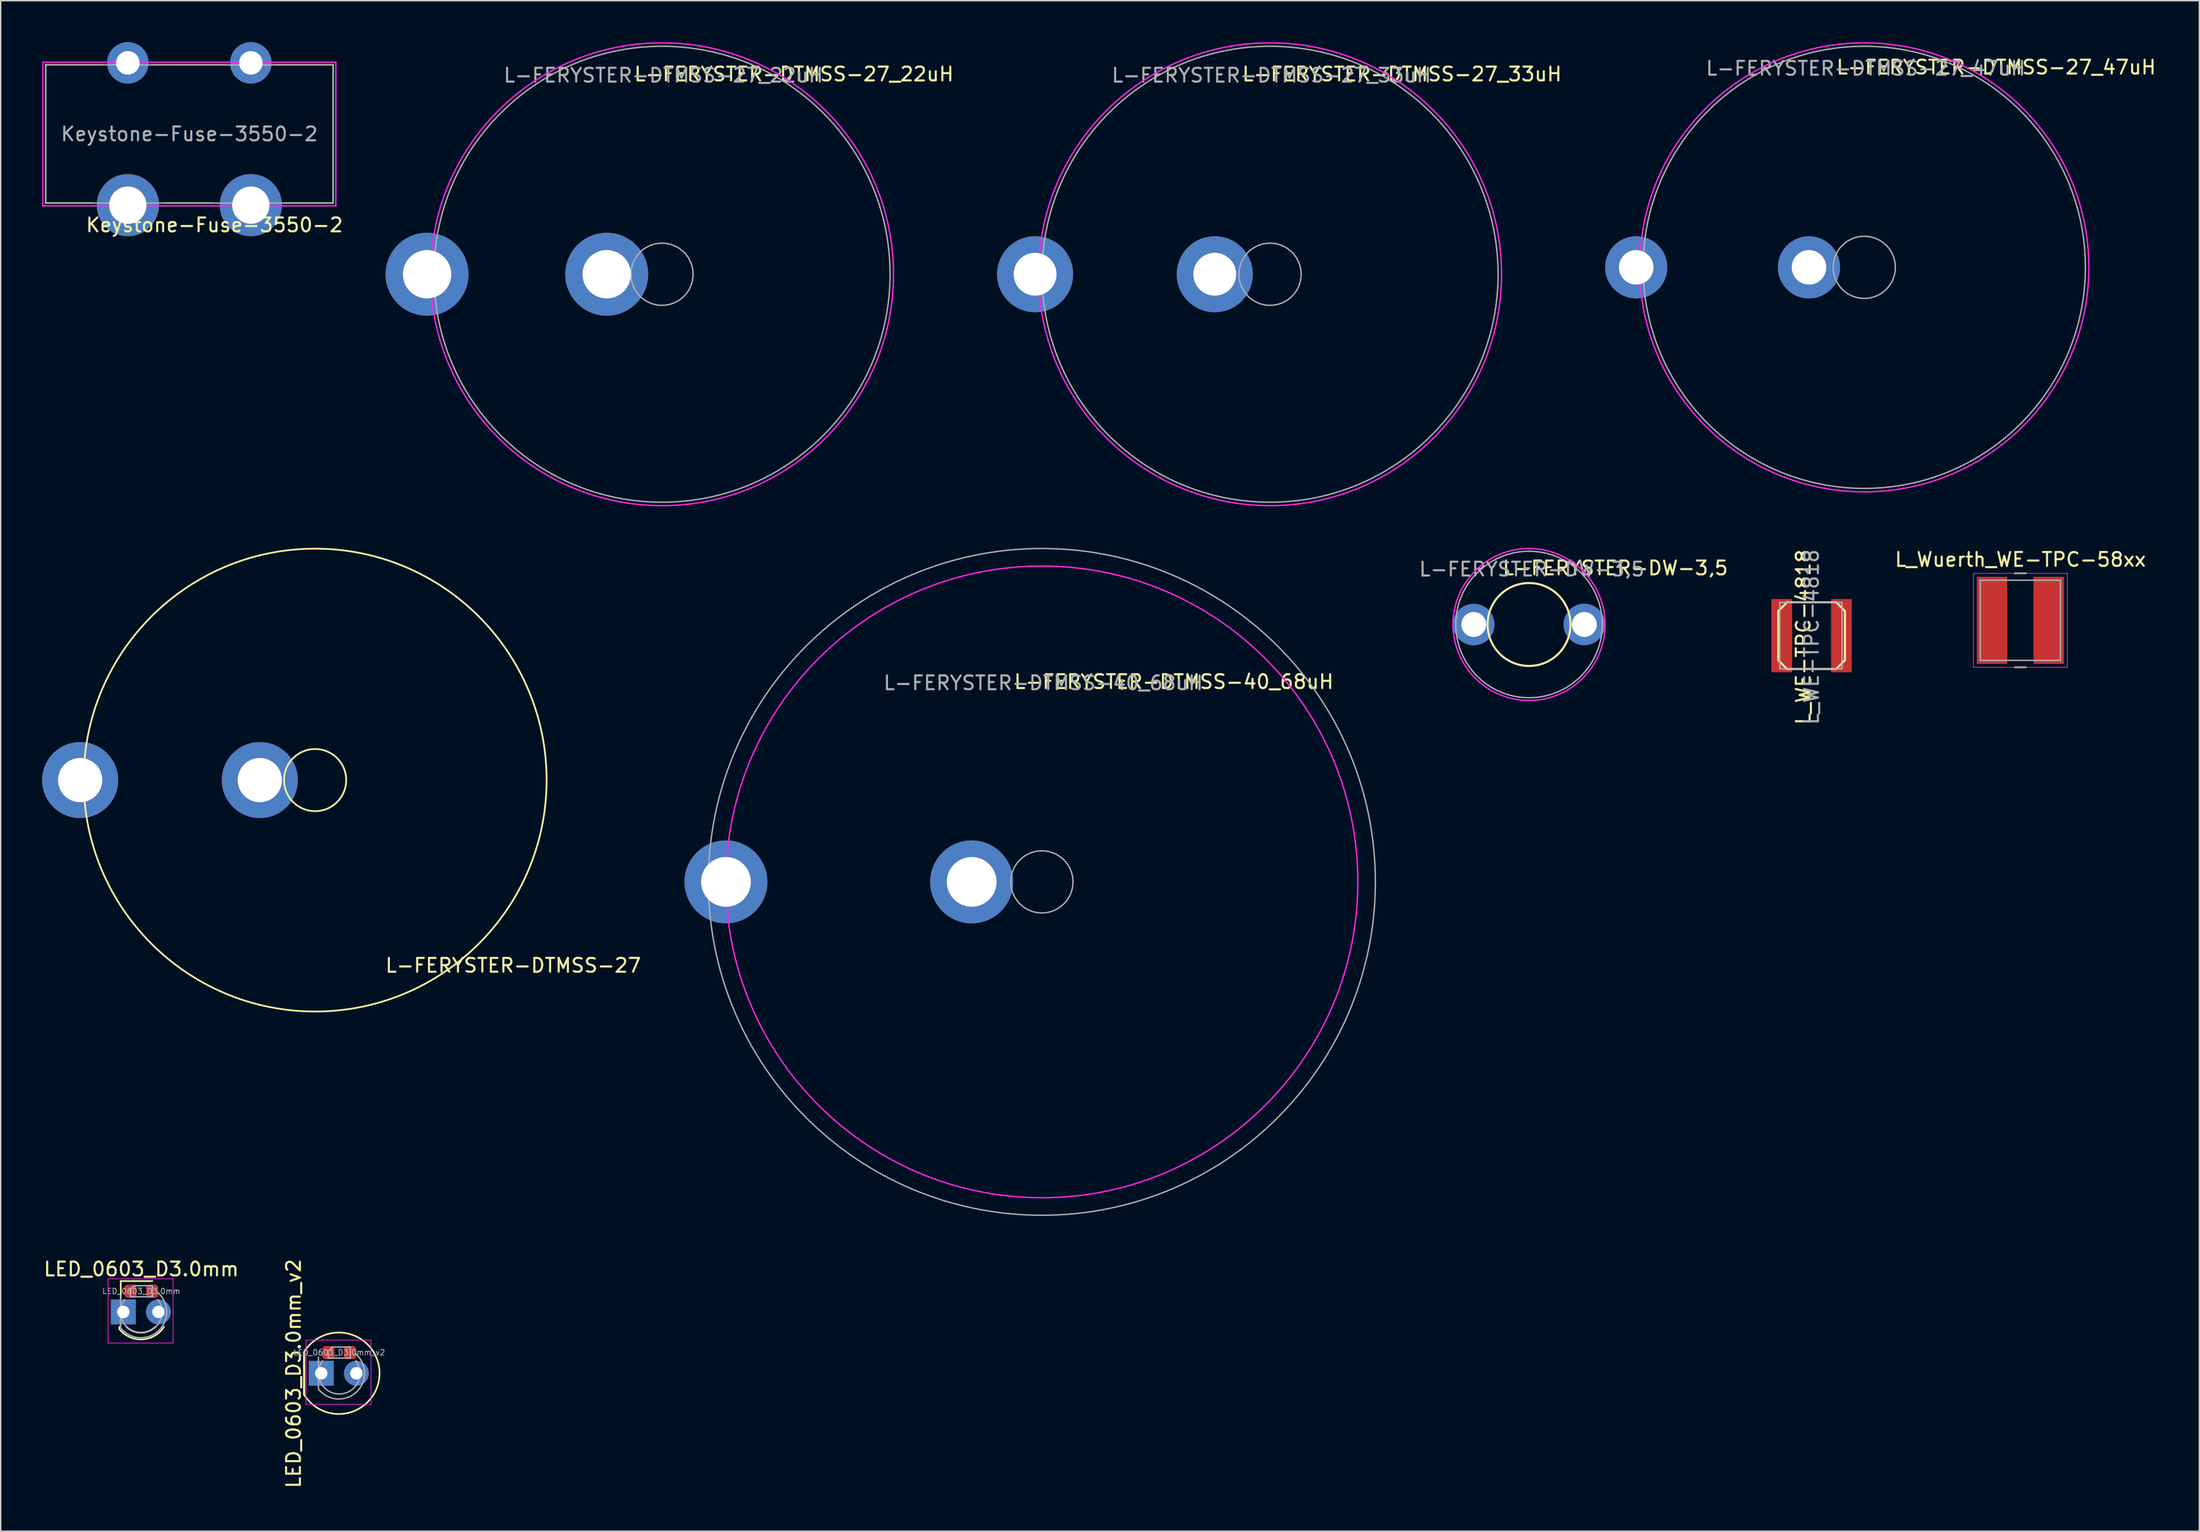
<source format=kicad_pcb>
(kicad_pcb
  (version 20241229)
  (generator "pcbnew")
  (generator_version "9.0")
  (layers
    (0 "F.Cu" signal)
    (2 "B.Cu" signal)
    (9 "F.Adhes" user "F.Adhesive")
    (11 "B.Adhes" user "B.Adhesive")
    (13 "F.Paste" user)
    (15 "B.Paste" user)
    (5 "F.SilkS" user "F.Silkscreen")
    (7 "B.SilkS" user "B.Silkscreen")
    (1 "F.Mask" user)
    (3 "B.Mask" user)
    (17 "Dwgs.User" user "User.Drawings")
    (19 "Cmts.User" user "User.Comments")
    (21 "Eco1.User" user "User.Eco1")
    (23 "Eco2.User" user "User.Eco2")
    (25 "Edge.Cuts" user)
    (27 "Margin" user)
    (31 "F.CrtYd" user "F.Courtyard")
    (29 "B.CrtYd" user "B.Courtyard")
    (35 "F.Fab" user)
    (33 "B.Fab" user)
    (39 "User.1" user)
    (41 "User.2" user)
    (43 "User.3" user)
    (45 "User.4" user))
  (footprint "L_WE-TPC-4818"
    (layer "F.Cu")
    (at 128.029 42.959)
    (property "Reference" "L_WE-TPC-4818" (at -0.599 0.099 90) (layer "F.SilkS") (effects (font (size 1 1) (thickness 0.15))))
    (attr smd)
    (fp_line (start -2.413 -1.778) (end -1.778 -2.413) (stroke (width 0.15) (type solid)) (layer "F.SilkS"))
    (fp_line (start -2.413 1.778) (end -2.413 -1.778) (stroke (width 0.15) (type solid)) (layer "F.SilkS"))
    (fp_line (start -1.778 -2.413) (end 0 -2.413) (stroke (width 0.15) (type solid)) (layer "F.SilkS"))
    (fp_line (start -1.778 2.413) (end -2.413 1.778) (stroke (width 0.15) (type solid)) (layer "F.SilkS"))
    (fp_line (start 0 -2.413) (end 1.778 -2.413) (stroke (width 0.15) (type solid)) (layer "F.SilkS"))
    (fp_line (start 1.778 -2.413) (end 2.413 -1.778) (stroke (width 0.15) (type solid)) (layer "F.SilkS"))
    (fp_line (start 1.778 2.413) (end -1.778 2.413) (stroke (width 0.15) (type solid)) (layer "F.SilkS"))
    (fp_line (start 2.413 -1.778) (end 2.413 1.778) (stroke (width 0.15) (type solid)) (layer "F.SilkS"))
    (fp_line (start 2.413 1.778) (end 1.778 2.413) (stroke (width 0.15) (type solid)) (layer "F.SilkS"))
    (fp_line (start -2.3 -2.4) (end 2.2 -2.4) (stroke (width 0.1) (type solid)) (layer "F.Fab"))
    (fp_line (start -2.3 2.4) (end -2.3 -2.4) (stroke (width 0.1) (type solid)) (layer "F.Fab"))
    (fp_line (start 2.2 -2.4) (end 2.2 2.4) (stroke (width 0.1) (type solid)) (layer "F.Fab"))
    (fp_line (start 2.2 2.4) (end -2.3 2.4) (stroke (width 0.1) (type solid)) (layer "F.Fab"))
    (fp_text user "${REFERENCE}" (at 0 0.1 90) (layer "F.Fab") (effects (font (size 1 1) (thickness 0.15))))
    (pad "1" smd rect (at -2.159 0) (size 1.501 5.301) (layers "F.Cu" "F.Mask" "F.Paste"))
    (pad "2" smd rect (at 2.159 0) (size 1.501 5.301) (layers "F.Cu" "F.Mask" "F.Paste")))
  (footprint "LED_0603_D3.0mm_v2"
    (layer "F.Cu")
    (at 21.495 94.847)
    (property "Reference" "LED_0603_D3.0mm_v2" (at -3.302 1.524 90) (layer "F.SilkS") (effects (font (size 1 1) (thickness 0.15))))
    (attr smd)
    (fp_line (start -2.54 0) (end -2.54 3.048) (stroke (width 0.15) (type solid)) (layer "F.SilkS"))
    (fp_arc (start -2.561384 -0.012779) (mid 2.918895 1.479398) (end -2.54 3.048) (stroke (width 0.12) (type solid)) (layer "F.SilkS"))
    (fp_line (start -2.4 -0.9) (end -2.4 3.75) (stroke (width 0.05) (type solid)) (layer "F.CrtYd"))
    (fp_line (start -2.4 3.75) (end 2.3 3.75) (stroke (width 0.05) (type solid)) (layer "F.CrtYd"))
    (fp_line (start 2.3 -0.9) (end -2.4 -0.9) (stroke (width 0.05) (type solid)) (layer "F.CrtYd"))
    (fp_line (start 2.3 3.75) (end 2.3 -0.9) (stroke (width 0.05) (type solid)) (layer "F.CrtYd"))
    (fp_line (start -1.5 0.334) (end -1.502 2.643) (stroke (width 0.1) (type solid)) (layer "F.Fab"))
    (fp_line (start -0.8 -0.1) (end -0.8 0.4) (stroke (width 0.1) (type solid)) (layer "F.Fab"))
    (fp_line (start -0.8 0.4) (end 0.8 0.4) (stroke (width 0.1) (type solid)) (layer "F.Fab"))
    (fp_line (start -0.5 -0.4) (end -0.8 -0.1) (stroke (width 0.1) (type solid)) (layer "F.Fab"))
    (fp_line (start 0.8 -0.4) (end -0.5 -0.4) (stroke (width 0.1) (type solid)) (layer "F.Fab"))
    (fp_line (start 0.8 0.4) (end 0.8 -0.4) (stroke (width 0.1) (type solid)) (layer "F.Fab"))
    (fp_arc (start 1.2 0.1) (mid 1.247299 2.856985) (end -1.501786 2.64313) (stroke (width 0.1) (type solid)) (layer "F.Fab"))
    (fp_arc (start 1.2 0.6) (mid 0 3) (end -1.2 0.6) (stroke (width 0.1) (type solid)) (layer "F.Fab"))
    (fp_text user "${REFERENCE}" (at 0 0 0) (layer "F.Fab") (effects (font (size 0.4 0.4) (thickness 0.06))))
    (pad "1" thru_hole rect (at -1.3 1.5) (size 1.8 1.8) (drill 0.9) (layers "*.Cu" "*.Mask"))
    (pad "1" smd roundrect (at -0.787 0) (size 0.875 0.95) (layers "F.Cu" "F.Mask" "F.Paste") (roundrect_rratio 0.25))
    (pad "2" smd roundrect (at 0.787 0) (size 0.875 0.95) (layers "F.Cu" "F.Mask" "F.Paste") (roundrect_rratio 0.25))
    (pad "2" thru_hole circle (at 1.24 1.5) (size 1.8 1.8) (drill 0.9) (layers "*.Cu" "*.Mask")))
  (footprint "LED_0603_D3.0mm"
    (layer "F.Cu")
    (at 7.173 90.408)
    (property "Reference" "LED_0603_D3.0mm" (at 0 -1.6 0) (layer "F.SilkS") (effects (font (size 1 1) (thickness 0.15))))
    (attr smd)
    (fp_line (start -1.59 2.58) (end -1.59 2.736) (stroke (width 0.12) (type solid)) (layer "F.SilkS"))
    (fp_line (start -1.485 -0.735) (end -1.485 0.5) (stroke (width 0.12) (type solid)) (layer "F.SilkS"))
    (fp_line (start 0.8 -0.735) (end -1.485 -0.735) (stroke (width 0.12) (type solid)) (layer "F.SilkS"))
    (fp_arc (start 1.01113 2.579837) (mid -0.029883 3) (end -1.070961 2.58) (stroke (width 0.12) (type solid)) (layer "F.SilkS"))
    (fp_arc (start 1.642335 2.578608) (mid 0.066487 3.487659) (end -1.59 2.735516) (stroke (width 0.12) (type solid)) (layer "F.SilkS"))
    (fp_line (start -2.4 -0.9) (end -2.4 3.75) (stroke (width 0.05) (type solid)) (layer "F.CrtYd"))
    (fp_line (start -2.4 3.75) (end 2.3 3.75) (stroke (width 0.05) (type solid)) (layer "F.CrtYd"))
    (fp_line (start 2.3 -0.9) (end -2.4 -0.9) (stroke (width 0.05) (type solid)) (layer "F.CrtYd"))
    (fp_line (start 2.3 3.75) (end 2.3 -0.9) (stroke (width 0.05) (type solid)) (layer "F.CrtYd"))
    (fp_line (start -1.5 0.334) (end -1.502 2.643) (stroke (width 0.1) (type solid)) (layer "F.Fab"))
    (fp_line (start -0.8 -0.1) (end -0.8 0.4) (stroke (width 0.1) (type solid)) (layer "F.Fab"))
    (fp_line (start -0.8 0.4) (end 0.8 0.4) (stroke (width 0.1) (type solid)) (layer "F.Fab"))
    (fp_line (start -0.5 -0.4) (end -0.8 -0.1) (stroke (width 0.1) (type solid)) (layer "F.Fab"))
    (fp_line (start 0.8 -0.4) (end -0.5 -0.4) (stroke (width 0.1) (type solid)) (layer "F.Fab"))
    (fp_line (start 0.8 0.4) (end 0.8 -0.4) (stroke (width 0.1) (type solid)) (layer "F.Fab"))
    (fp_arc (start 1.2 0.1) (mid 1.247299 2.856985) (end -1.501786 2.64313) (stroke (width 0.1) (type solid)) (layer "F.Fab"))
    (fp_arc (start 1.2 0.6) (mid 0 3) (end -1.2 0.6) (stroke (width 0.1) (type solid)) (layer "F.Fab"))
    (fp_text user "${REFERENCE}" (at 0 0 0) (layer "F.Fab") (effects (font (size 0.4 0.4) (thickness 0.06))))
    (pad "1" thru_hole rect (at -1.3 1.5) (size 1.8 1.8) (drill 0.9) (layers "*.Cu" "*.Mask"))
    (pad "1" smd roundrect (at -0.787 0) (size 0.875 0.95) (layers "F.Cu" "F.Mask" "F.Paste") (roundrect_rratio 0.25))
    (pad "2" smd roundrect (at 0.787 0) (size 0.875 0.95) (layers "F.Cu" "F.Mask" "F.Paste") (roundrect_rratio 0.25))
    (pad "2" thru_hole circle (at 1.24 1.5) (size 1.8 1.8) (drill 0.9) (layers "*.Cu" "*.Mask")))
  (footprint "L-FERYSTER-DTMSS-40_68uH"
    (layer "F.Cu")
    (at 72.336 60.78)
    (property "Reference" "L-FERYSTER-DTMSS-40_68uH" (at -2.1 -13.9 0) (layer "F.SilkS") (effects (font (size 1 1) (thickness 0.15)) (justify left bottom)))
    (attr through_hole)
    (fp_circle (center 0 0) (end 22.86 0) (stroke (width 0.1) (type solid)) (fill no) (layer "F.CrtYd"))
    (fp_circle (center 0 0) (end 2.25 0) (stroke (width 0.1) (type solid)) (fill no) (layer "F.Fab"))
    (fp_circle (center 0 0) (end 24.13 0) (stroke (width 0.1) (type solid)) (fill no) (layer "F.Fab"))
    (fp_text user "${REFERENCE}" (at 0.1 -14.4 0) (layer "F.Fab") (effects (font (size 1 1) (thickness 0.15))))
    (pad "1" thru_hole circle (at -22.86 0 90) (size 6 6) (drill 3.6) (layers "*.Cu" "*.Mask"))
    (pad "2" thru_hole circle (at -5.08 0 90) (size 6 6) (drill 3.6) (layers "*.Cu" "*.Mask")))
  (footprint "Keystone-Fuse-3550-2"
    (layer "F.Cu")
    (at 10.65 6.65)
    (property "Reference" "Keystone-Fuse-3550-2" (at 11.2 6 0) (layer "F.SilkS") (effects (font (size 1 1) (thickness 0.15)) (justify right top)))
    (attr through_hole)
    (fp_line (start -10.4 -5) (end -6.2 -5) (stroke (width 0.1) (type solid)) (layer "F.SilkS"))
    (fp_line (start -10.4 5) (end -10.4 -5) (stroke (width 0.1) (type solid)) (layer "F.SilkS"))
    (fp_line (start -7 5) (end -10.4 5) (stroke (width 0.1) (type solid)) (layer "F.SilkS"))
    (fp_line (start -2.6 -5) (end 2.6 -5) (stroke (width 0.1) (type solid)) (layer "F.SilkS"))
    (fp_line (start 1.8 5) (end -1.8 5) (stroke (width 0.1) (type solid)) (layer "F.SilkS"))
    (fp_line (start 6.2 -5) (end 10.4 -5) (stroke (width 0.1) (type solid)) (layer "F.SilkS"))
    (fp_line (start 7 5) (end 10.4 5) (stroke (width 0.1) (type solid)) (layer "F.SilkS"))
    (fp_line (start 10.4 -5) (end 10.4 5) (stroke (width 0.1) (type solid)) (layer "F.SilkS"))
    (fp_line (start -10.6 -5.2) (end 10.6 -5.2) (stroke (width 0.1) (type solid)) (layer "F.CrtYd"))
    (fp_line (start -10.6 5.2) (end -10.6 -5.2) (stroke (width 0.1) (type solid)) (layer "F.CrtYd"))
    (fp_line (start 10.6 -5.2) (end 10.6 5.2) (stroke (width 0.1) (type solid)) (layer "F.CrtYd"))
    (fp_line (start 10.6 5.2) (end -10.6 5.2) (stroke (width 0.1) (type solid)) (layer "F.CrtYd"))
    (fp_line (start -10.4 -5) (end 10.4 -5) (stroke (width 0.1) (type solid)) (layer "F.Fab"))
    (fp_line (start -10.4 5) (end -10.4 -5) (stroke (width 0.1) (type solid)) (layer "F.Fab"))
    (fp_line (start 10.4 -5) (end 10.4 5) (stroke (width 0.1) (type solid)) (layer "F.Fab"))
    (fp_line (start 10.4 5) (end -10.4 5) (stroke (width 0.1) (type solid)) (layer "F.Fab"))
    (fp_text user "${REFERENCE}" (at 0 0 0) (layer "F.Fab") (effects (font (size 1 1) (thickness 0.15))))
    (pad "1" thru_hole circle (at -4.45 -5.15 90) (size 3 3) (drill 1.7) (layers "*.Cu" "*.Mask"))
    (pad "1" thru_hole circle (at -4.45 5.15 90) (size 4.5 4.5) (drill 2.7) (layers "*.Cu" "*.Mask"))
    (pad "2" thru_hole circle (at 4.45 -5.15 90) (size 3 3) (drill 1.7) (layers "*.Cu" "*.Mask"))
    (pad "2" thru_hole circle (at 4.45 5.15 90) (size 4.5 4.5) (drill 2.7) (layers "*.Cu" "*.Mask")))
  (footprint "L-FERYSTER-DW-3,5"
    (layer "F.Cu")
    (at 107.584 42.15)
    (property "Reference" "L-FERYSTER-DW-3,5" (at -2 -3.5 0) (layer "F.SilkS") (effects (font (size 1 1) (thickness 0.15)) (justify left bottom)))
    (attr through_hole)
    (fp_circle (center 0 0) (end 0 3) (stroke (width 0.15) (type solid)) (fill no) (layer "F.SilkS"))
    (fp_circle (center 0 0) (end 0 5.5) (stroke (width 0.1) (type solid)) (fill no) (layer "F.CrtYd"))
    (fp_circle (center 0 0) (end 0 5.3) (stroke (width 0.1) (type solid)) (fill no) (layer "F.Fab"))
    (fp_text user "${REFERENCE}" (at 0.2 -4 0) (layer "F.Fab") (effects (font (size 1 1) (thickness 0.15))))
    (pad "1" thru_hole circle (at -4 0 90) (size 3 3) (drill 1.8) (layers "*.Cu" "*.Mask"))
    (pad "2" thru_hole circle (at 4 0 90) (size 3 3) (drill 1.8) (layers "*.Cu" "*.Mask")))
  (footprint "L-FERYSTER-DTMSS-27"
    (layer "F.Cu")
    (at 19.75 53.413)
    (property "Reference" "L-FERYSTER-DTMSS-27" (at 5 14 0) (layer "F.SilkS") (effects (font (size 1 1) (thickness 0.15)) (justify left bottom)))
    (attr through_hole)
    (fp_circle (center 0 0) (end 2.25 0) (stroke (width 0.127) (type solid)) (fill no) (layer "F.SilkS"))
    (fp_circle (center 0 0) (end 16.75 0) (stroke (width 0.127) (type solid)) (fill no) (layer "F.SilkS"))
    (pad "1" thru_hole circle (at -17 0 90) (size 5.5 5.5) (drill 3.2) (layers "*.Cu" "*.Mask"))
    (pad "2" thru_hole circle (at -4 0 90) (size 5.5 5.5) (drill 3.2) (layers "*.Cu" "*.Mask")))
  (footprint "L-FERYSTER-DTMSS-27_47uH"
    (layer "F.Cu")
    (at 131.84 16.3)
    (property "Reference" "L-FERYSTER-DTMSS-27_47uH" (at -2.1 -13.9 0) (layer "F.SilkS") (effects (font (size 1 1) (thickness 0.15)) (justify left bottom)))
    (attr through_hole)
    (fp_circle (center 0 0) (end 16.25 0) (stroke (width 0.1) (type solid)) (fill no) (layer "F.CrtYd"))
    (fp_circle (center 0 0) (end 2.25 0) (stroke (width 0.1) (type solid)) (fill no) (layer "F.Fab"))
    (fp_circle (center 0 0) (end 16 0) (stroke (width 0.1) (type solid)) (fill no) (layer "F.Fab"))
    (fp_text user "${REFERENCE}" (at 0.1 -14.4 0) (layer "F.Fab") (effects (font (size 1 1) (thickness 0.15))))
    (pad "1" thru_hole circle (at -16.5 0 90) (size 4.5 4.5) (drill 2.5) (layers "*.Cu" "*.Mask"))
    (pad "2" thru_hole circle (at -4 0 90) (size 4.5 4.5) (drill 2.5) (layers "*.Cu" "*.Mask")))
  (footprint "L_Wuerth_WE-TPC-58xx"
    (layer "F.Cu")
    (at 143.135 41.848)
    (property "Reference" "L_Wuerth_WE-TPC-58xx" (at 0 -4.4 0) (layer "F.SilkS") (effects (font (size 1 1) (thickness 0.15))))
    (attr smd)
    (fp_line (start -0.4 -3.4) (end 0.4 -3.4) (stroke (width 0.12) (type solid)) (layer "F.SilkS"))
    (fp_line (start -0.4 3.4) (end 0.4 3.4) (stroke (width 0.12) (type solid)) (layer "F.SilkS"))
    (fp_line (start -3.4 -3.4) (end 3.4 -3.4) (stroke (width 0.05) (type solid)) (layer "F.CrtYd"))
    (fp_line (start -3.4 3.4) (end -3.4 -3.4) (stroke (width 0.05) (type solid)) (layer "F.CrtYd"))
    (fp_line (start 3.4 -3.4) (end 3.4 3.4) (stroke (width 0.05) (type solid)) (layer "F.CrtYd"))
    (fp_line (start 3.4 3.4) (end -3.4 3.4) (stroke (width 0.05) (type solid)) (layer "F.CrtYd"))
    (fp_line (start -2.9 -2.9) (end -2.9 2.9) (stroke (width 0.1) (type solid)) (layer "F.Fab"))
    (fp_line (start -2.9 -2.9) (end 2.9 -2.9) (stroke (width 0.1) (type solid)) (layer "F.Fab"))
    (fp_line (start 2.9 -2.9) (end 2.9 2.9) (stroke (width 0.1) (type solid)) (layer "F.Fab"))
    (fp_line (start 2.9 2.9) (end -2.9 2.9) (stroke (width 0.1) (type solid)) (layer "F.Fab"))
    (pad "1" smd rect (at -2.05 0) (size 2.2 6.3) (layers "F.Cu" "F.Mask" "F.Paste"))
    (pad "2" smd rect (at 2.05 0) (size 2.2 6.3) (layers "F.Cu" "F.Mask" "F.Paste")))
  (footprint "L-FERYSTER-DTMSS-27_22uH"
    (layer "F.Cu")
    (at 44.85 16.8)
    (property "Reference" "L-FERYSTER-DTMSS-27_22uH" (at -2.1 -13.9 0) (layer "F.SilkS") (effects (font (size 1 1) (thickness 0.15)) (justify left bottom)))
    (attr through_hole)
    (fp_circle (center 0 0) (end 16.75 0) (stroke (width 0.1) (type solid)) (fill no) (layer "F.CrtYd"))
    (fp_circle (center 0 0) (end 2.25 0) (stroke (width 0.1) (type solid)) (fill no) (layer "F.Fab"))
    (fp_circle (center 0 0) (end 16.5 0) (stroke (width 0.1) (type solid)) (fill no) (layer "F.Fab"))
    (fp_text user "${REFERENCE}" (at 0.1 -14.4 0) (layer "F.Fab") (effects (font (size 1 1) (thickness 0.15))))
    (pad "1" thru_hole circle (at -17 0 90) (size 6 6) (drill 3.5) (layers "*.Cu" "*.Mask"))
    (pad "2" thru_hole circle (at -4 0 90) (size 6 6) (drill 3.5) (layers "*.Cu" "*.Mask")))
  (footprint "L-FERYSTER-DTMSS-27_33uH"
    (layer "F.Cu")
    (at 88.845 16.8)
    (property "Reference" "L-FERYSTER-DTMSS-27_33uH" (at -2.1 -13.9 0) (layer "F.SilkS") (effects (font (size 1 1) (thickness 0.15)) (justify left bottom)))
    (attr through_hole)
    (fp_circle (center 0 0) (end 16.75 0) (stroke (width 0.1) (type solid)) (fill no) (layer "F.CrtYd"))
    (fp_circle (center 0 0) (end 2.25 0) (stroke (width 0.1) (type solid)) (fill no) (layer "F.Fab"))
    (fp_circle (center 0 0) (end 16.5 0) (stroke (width 0.1) (type solid)) (fill no) (layer "F.Fab"))
    (fp_text user "${REFERENCE}" (at 0.1 -14.4 0) (layer "F.Fab") (effects (font (size 1 1) (thickness 0.15))))
    (pad "1" thru_hole circle (at -17 0 90) (size 5.5 5.5) (drill 3.1) (layers "*.Cu" "*.Mask"))
    (pad "2" thru_hole circle (at -4 0 90) (size 5.5 5.5) (drill 3.1) (layers "*.Cu" "*.Mask")))
  (gr_rect
    (start -3 -3)
    (end 156.086 107.781)
    (stroke (width 0.1) (type default))
    (fill no)
    (layer "Edge.Cuts")))
</source>
